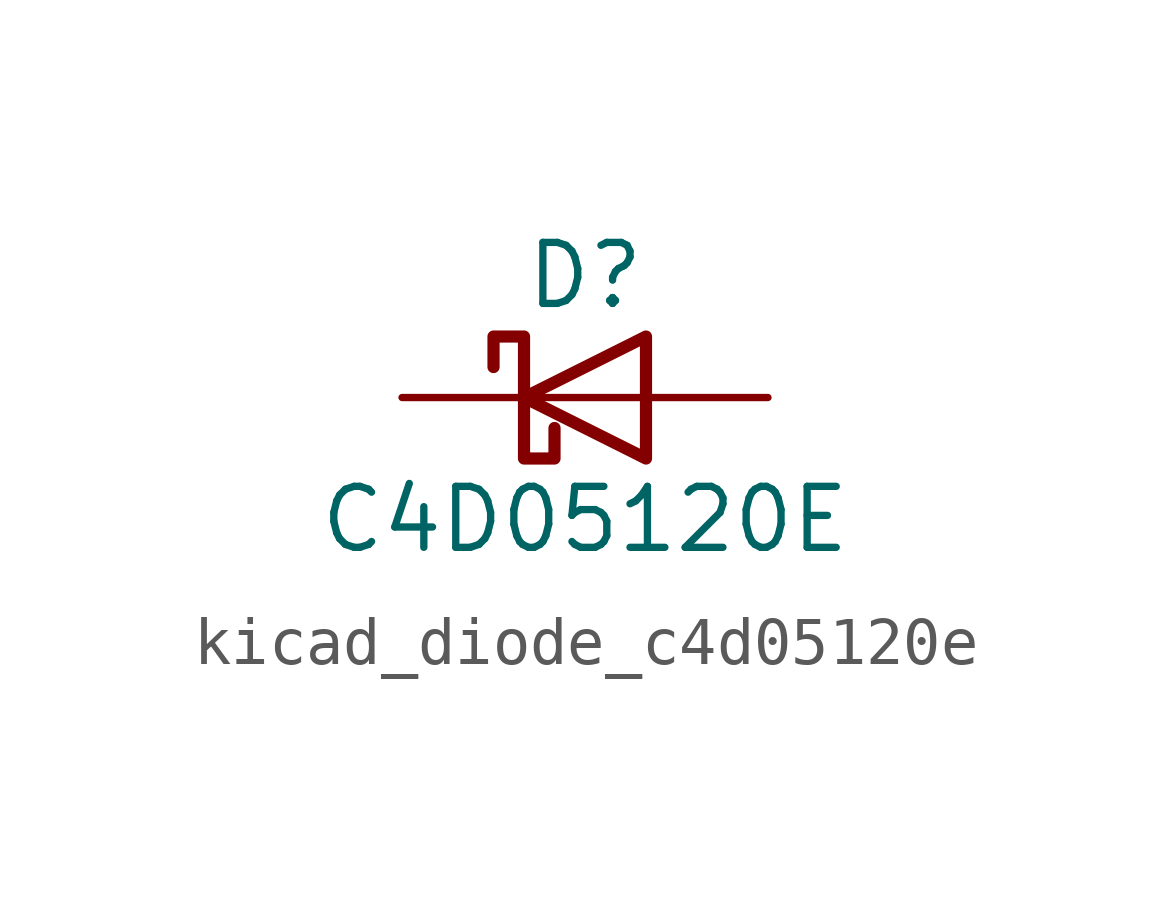
<source format=kicad_sym>
(kicad_symbol_lib
  (version 20220914)
  (generator kicad_symbol_editor)
  (symbol "kicad_diode_c4d05120e"
    (pin_numbers hide)
    (pin_names
      (offset 1.016) hide)
    (property "Reference" "D"
      (at 0 2.54 0)
      (effects (font (size 1.27 1.27))))
    (property "Value" "C4D05120E"
      (at 0 -2.54 0)
      (effects (font (size 1.27 1.27))))
    (symbol "kicad_diode_c4d05120e_0_1"
      (polyline (pts (xy 1.27 0) (xy -1.27 0)) (stroke (width 0) (type default)) (fill (type none)))
      (polyline (pts (xy 1.27 1.27) (xy 1.27 -1.27) (xy -1.27 0) (xy 1.27 1.27)) (stroke (width 0.254) (type default)) (fill (type none)))
      (polyline (pts (xy -1.905 0.635) (xy -1.905 1.27) (xy -1.27 1.27) (xy -1.27 -1.27) (xy -0.635 -1.27) (xy -0.635 -0.635)) (stroke (width 0.254) (type default)) (fill (type none))))
    (symbol "kicad_diode_c4d05120e_1_1"
      (pin passive line (at -3.81 0 0) (length 2.54) (name "K" (effects (font (size 1.27 1.27)))) (number "1" (effects (font (size 1.27 1.27)))))
      (pin passive line (at 3.81 0 180) (length 2.54) (name "A" (effects (font (size 1.27 1.27)))) (number "2" (effects (font (size 1.27 1.27))))))))
</source>
